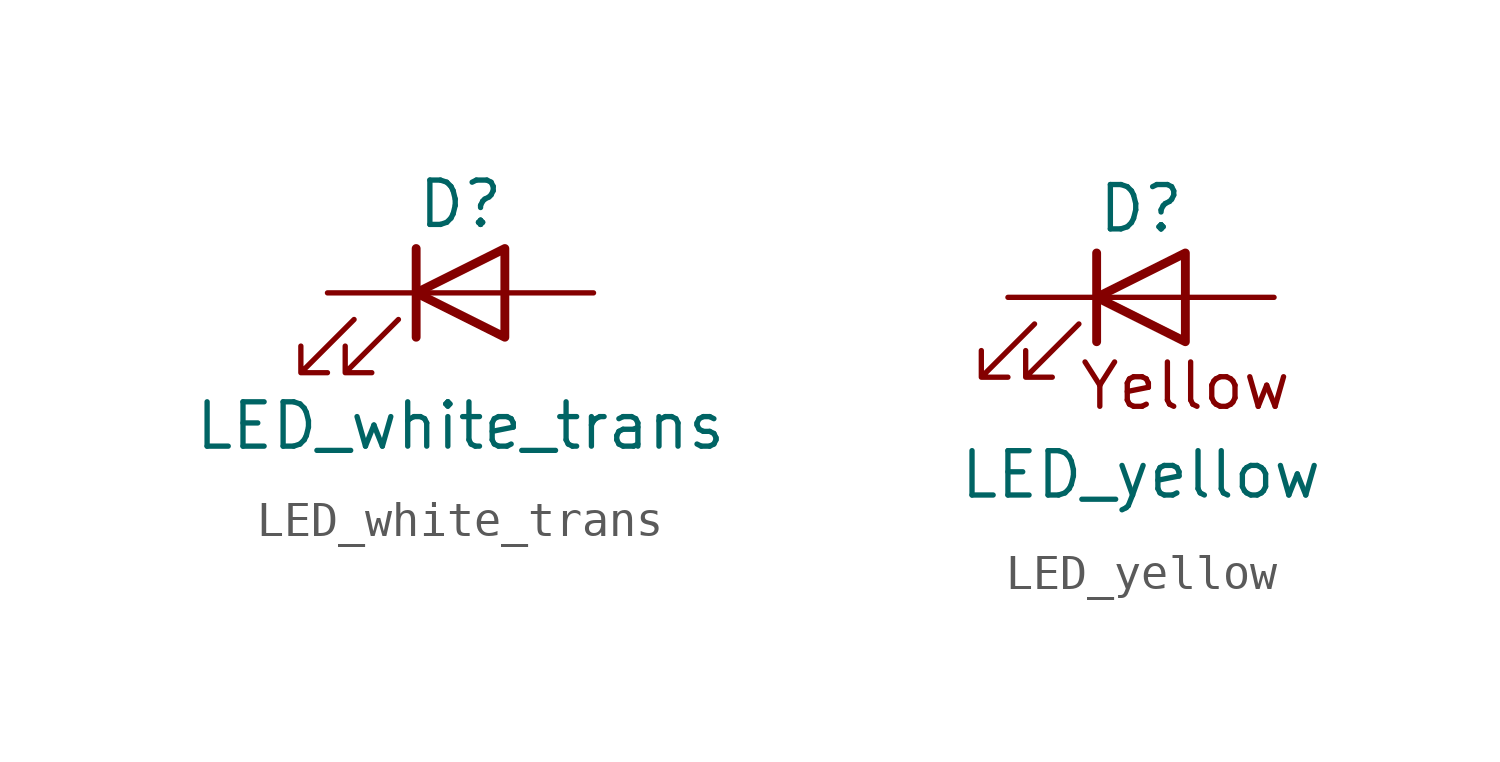
<source format=kicad_sym>
(kicad_symbol_lib
  (version 20211014)
  (generator kicad_symbol_editor)
  (symbol "LED_white_trans"
    (pin_numbers hide)
    (pin_names
      (offset 1.016) hide)
    (property "Reference" "D"
      (at 0 2.54 0)
      (effects (font (size 1.27 1.27))))
    (property "Value" "LED_white_trans"
      (at 0 -3.81 0)
      (effects (font (size 1.27 1.27))))
    (symbol "LED_white_trans_0_1"
      (polyline (pts (xy -1.27 -1.27) (xy -1.27 1.27)) (stroke (width 0.254) (type default) (color 0 0 0 0)) (fill (type none)))
      (polyline (pts (xy -1.27 0) (xy 1.27 0)) (stroke (width 0) (type default) (color 0 0 0 0)) (fill (type none)))
      (polyline (pts (xy 1.27 -1.27) (xy 1.27 1.27) (xy -1.27 0) (xy 1.27 -1.27)) (stroke (width 0.254) (type default) (color 0 0 0 0)) (fill (type none)))
      (polyline (pts (xy -3.048 -0.762) (xy -4.572 -2.286) (xy -3.81 -2.286) (xy -4.572 -2.286) (xy -4.572 -1.524)) (stroke (width 0) (type default) (color 0 0 0 0)) (fill (type none)))
      (polyline (pts (xy -1.778 -0.762) (xy -3.302 -2.286) (xy -2.54 -2.286) (xy -3.302 -2.286) (xy -3.302 -1.524)) (stroke (width 0) (type default) (color 0 0 0 0)) (fill (type none))))
    (symbol "LED_white_trans_1_1"
      (pin passive line (at -3.81 0 0) (length 2.54) (name "K" (effects (font (size 1.27 1.27)))) (number "1" (effects (font (size 1.27 1.27)))))
      (pin passive line (at 3.81 0 180) (length 2.54) (name "A" (effects (font (size 1.27 1.27)))) (number "2" (effects (font (size 1.27 1.27)))))))
  (symbol "LED_yellow"
    (pin_numbers hide)
    (pin_names
      (offset 1.016) hide)
    (property "Reference" "D"
      (at 0 2.54 0)
      (effects (font (size 1.27 1.27))))
    (property "Value" "LED_yellow"
      (at 0 -5.08 0)
      (effects (font (size 1.27 1.27))))
    (symbol "LED_yellow_0_0"
      (text "Yellow" (at 1.27 -2.54 0) (effects (font (size 1.27 1.27)))))
    (symbol "LED_yellow_0_1"
      (polyline (pts (xy -1.27 -1.27) (xy -1.27 1.27)) (stroke (width 0.254) (type default) (color 0 0 0 0)) (fill (type none)))
      (polyline (pts (xy -1.27 0) (xy 1.27 0)) (stroke (width 0) (type default) (color 0 0 0 0)) (fill (type none)))
      (polyline (pts (xy 1.27 -1.27) (xy 1.27 1.27) (xy -1.27 0) (xy 1.27 -1.27)) (stroke (width 0.254) (type default) (color 0 0 0 0)) (fill (type none)))
      (polyline (pts (xy -3.048 -0.762) (xy -4.572 -2.286) (xy -3.81 -2.286) (xy -4.572 -2.286) (xy -4.572 -1.524)) (stroke (width 0) (type default) (color 0 0 0 0)) (fill (type none)))
      (polyline (pts (xy -1.778 -0.762) (xy -3.302 -2.286) (xy -2.54 -2.286) (xy -3.302 -2.286) (xy -3.302 -1.524)) (stroke (width 0) (type default) (color 0 0 0 0)) (fill (type none))))
    (symbol "LED_yellow_1_1"
      (pin passive line (at -3.81 0 0) (length 2.54) (name "K" (effects (font (size 1.27 1.27)))) (number "1" (effects (font (size 1.27 1.27)))))
      (pin passive line (at 3.81 0 180) (length 2.54) (name "A" (effects (font (size 1.27 1.27)))) (number "2" (effects (font (size 1.27 1.27))))))))
</source>
